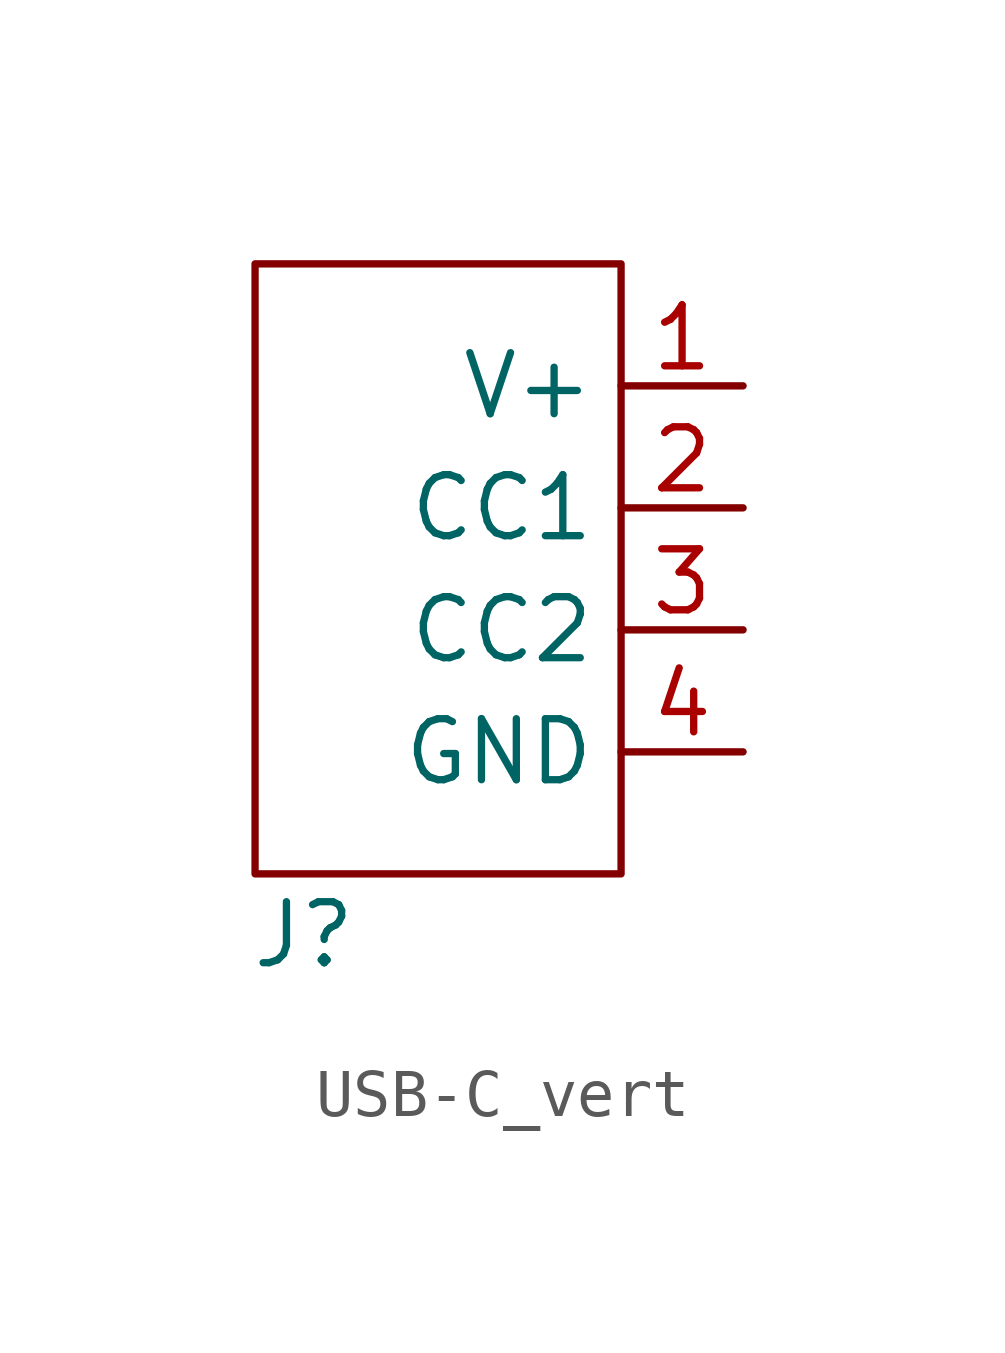
<source format=kicad_sym>
(kicad_symbol_lib
  (version 20231120)
  (generator "kicad_symbol_editor")
  (generator_version "8.0")
  (symbol "USB-C_vert"
    (property "Reference" "J"
      (at 1.016 -1.27 0)
      (effects (font (size 1.27 1.27))))
    (property "Value" ""
      (at 0 0 0)
      (effects (font (size 1.27 1.27))))
    (symbol "USB-C_vert_0_1"
      (rectangle (start 0 12.7) (end 7.62 0) (stroke (width 0) (type default)) (fill (type none))))
    (symbol "USB-C_vert_1_1"
      (pin power_in line (at 10.16 10.16 180) (length 2.54) (name "V+" (effects (font (size 1.27 1.27)))) (number "1" (effects (font (size 1.27 1.27)))))
      (pin passive line (at 10.16 7.62 180) (length 2.54) (name "CC1" (effects (font (size 1.27 1.27)))) (number "2" (effects (font (size 1.27 1.27)))))
      (pin passive line (at 10.16 5.08 180) (length 2.54) (name "CC2" (effects (font (size 1.27 1.27)))) (number "3" (effects (font (size 1.27 1.27)))))
      (pin power_in line (at 10.16 2.54 180) (length 2.54) (name "GND" (effects (font (size 1.27 1.27)))) (number "4" (effects (font (size 1.27 1.27))))))))
</source>
